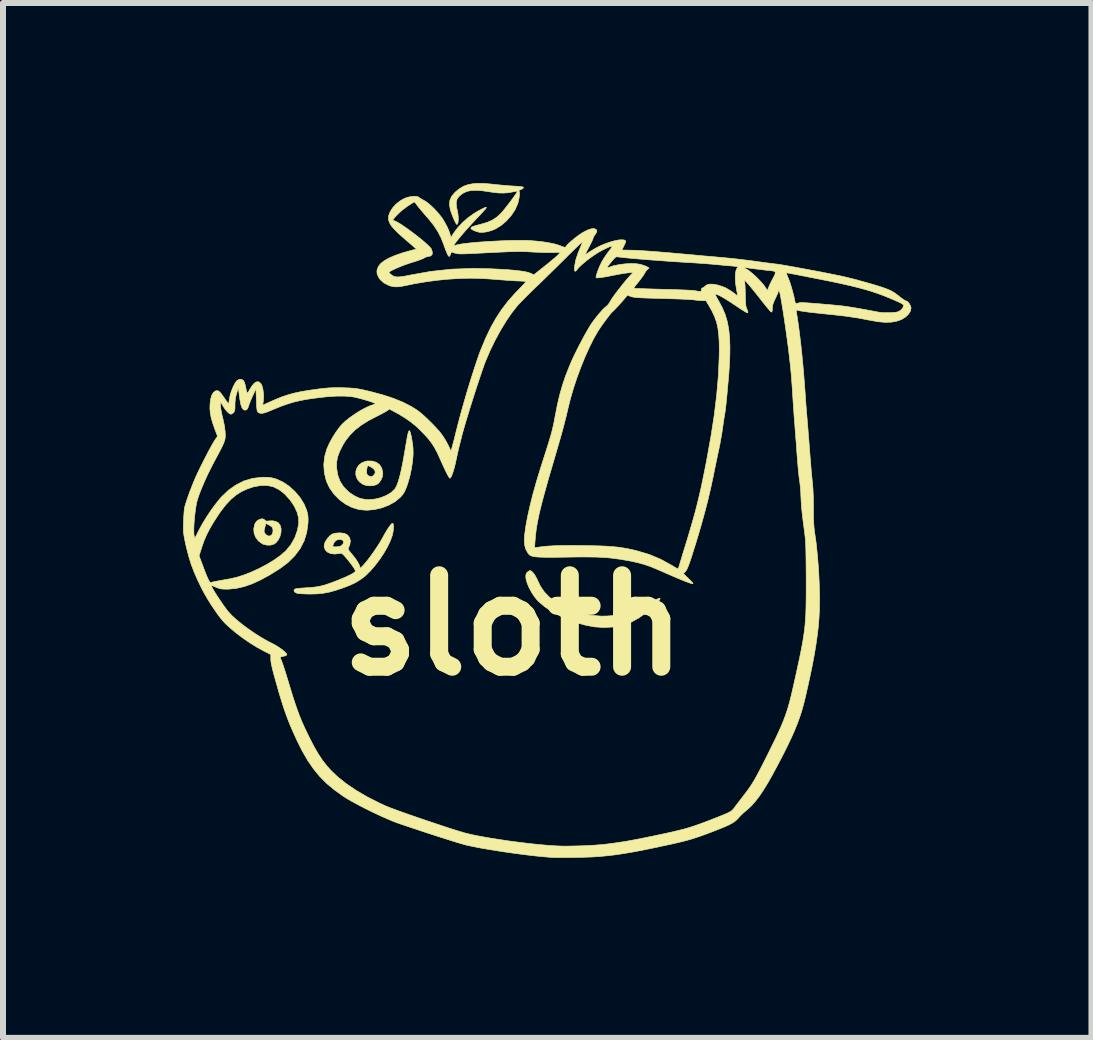
<source format=kicad_pcb>
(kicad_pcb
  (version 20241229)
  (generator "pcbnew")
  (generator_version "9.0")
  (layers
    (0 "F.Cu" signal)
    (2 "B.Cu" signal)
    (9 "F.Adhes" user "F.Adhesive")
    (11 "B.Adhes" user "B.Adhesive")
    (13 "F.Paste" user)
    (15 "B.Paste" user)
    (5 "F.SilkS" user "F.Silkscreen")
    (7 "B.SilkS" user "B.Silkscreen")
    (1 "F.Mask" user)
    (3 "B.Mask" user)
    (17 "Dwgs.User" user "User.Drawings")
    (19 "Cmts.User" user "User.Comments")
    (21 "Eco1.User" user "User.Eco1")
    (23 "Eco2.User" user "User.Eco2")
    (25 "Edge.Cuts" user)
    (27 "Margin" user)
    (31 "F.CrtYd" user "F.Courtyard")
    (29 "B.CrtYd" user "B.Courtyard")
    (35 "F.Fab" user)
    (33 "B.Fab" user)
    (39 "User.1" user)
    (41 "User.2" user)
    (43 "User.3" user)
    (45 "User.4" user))
  (footprint "sloth"
    (layer "F.Cu")
    (at 5.501 7.37)
    (property "Reference" "sloth" (at 0 0 0) (layer "F.SilkS") (effects (font (size 1.524 1.524) (thickness 0.3))))
    (attr through_hole)
    (fp_poly (pts (xy -2.349 -2.738) (xy -2.281 -2.717) (xy -2.227 -2.678) (xy -2.191 -2.621) (xy -2.174 -2.548) (xy -2.173 -2.527) (xy -2.181 -2.472) (xy -2.206 -2.417) (xy -2.242 -2.37) (xy -2.273 -2.347) (xy -2.329 -2.329) (xy -2.396 -2.325) (xy -2.461 -2.334) (xy -2.504 -2.35) (xy -2.564 -2.393) (xy -2.602 -2.446) (xy -2.622 -2.505) (xy -2.622 -2.565) (xy -2.621 -2.569) (xy -2.444 -2.569) (xy -2.439 -2.523) (xy -2.417 -2.495) (xy -2.413 -2.493) (xy -2.377 -2.479) (xy -2.35 -2.482) (xy -2.324 -2.502) (xy -2.3 -2.538) (xy -2.302 -2.575) (xy -2.328 -2.61) (xy -2.379 -2.644) (xy -2.384 -2.647) (xy -2.412 -2.659) (xy -2.425 -2.658) (xy -2.432 -2.641) (xy -2.434 -2.633) (xy -2.444 -2.569) (xy -2.621 -2.569) (xy -2.604 -2.622) (xy -2.57 -2.672) (xy -2.519 -2.711) (xy -2.452 -2.735) (xy -2.431 -2.739) (xy -2.349 -2.738)) (stroke (width 0.01) (type solid)) (fill yes) (layer "F.SilkS"))
    (fp_poly (pts (xy -4.161 -1.772) (xy -4.139 -1.755) (xy -4.124 -1.74) (xy -4.101 -1.737) (xy -4.074 -1.74) (xy -4.013 -1.743) (xy -3.957 -1.732) (xy -3.913 -1.709) (xy -3.911 -1.707) (xy -3.881 -1.664) (xy -3.867 -1.609) (xy -3.869 -1.547) (xy -3.885 -1.484) (xy -3.913 -1.425) (xy -3.952 -1.378) (xy -3.988 -1.353) (xy -4.042 -1.337) (xy -4.104 -1.337) (xy -4.164 -1.352) (xy -4.18 -1.359) (xy -4.244 -1.406) (xy -4.29 -1.466) (xy -4.317 -1.535) (xy -4.32 -1.568) (xy -4.151 -1.568) (xy -4.146 -1.548) (xy -4.133 -1.527) (xy -4.127 -1.519) (xy -4.094 -1.493) (xy -4.059 -1.488) (xy -4.027 -1.505) (xy -4.02 -1.514) (xy -4.004 -1.553) (xy -4.002 -1.595) (xy -4.014 -1.631) (xy -4.023 -1.641) (xy -4.05 -1.661) (xy -4.083 -1.68) (xy -4.121 -1.699) (xy -4.136 -1.64) (xy -4.147 -1.596) (xy -4.151 -1.568) (xy -4.32 -1.568) (xy -4.323 -1.609) (xy -4.307 -1.682) (xy -4.297 -1.705) (xy -4.27 -1.739) (xy -4.234 -1.763) (xy -4.196 -1.775) (xy -4.161 -1.772)) (stroke (width 0.01) (type solid)) (fill yes) (layer "F.SilkS"))
    (fp_poly (pts (xy 0.304 -0.904) (xy 0.333 -0.875) (xy 0.363 -0.834) (xy 0.39 -0.785) (xy 0.401 -0.762) (xy 0.453 -0.653) (xy 0.518 -0.558) (xy 0.597 -0.475) (xy 0.696 -0.397) (xy 0.772 -0.349) (xy 0.931 -0.267) (xy 1.102 -0.207) (xy 1.282 -0.169) (xy 1.467 -0.154) (xy 1.567 -0.156) (xy 1.626 -0.16) (xy 1.681 -0.166) (xy 1.736 -0.176) (xy 1.794 -0.191) (xy 1.858 -0.211) (xy 1.931 -0.238) (xy 2.017 -0.273) (xy 2.119 -0.316) (xy 2.239 -0.369) (xy 2.271 -0.384) (xy 2.331 -0.41) (xy 2.383 -0.431) (xy 2.422 -0.446) (xy 2.444 -0.453) (xy 2.447 -0.452) (xy 2.446 -0.437) (xy 2.427 -0.409) (xy 2.393 -0.372) (xy 2.347 -0.327) (xy 2.293 -0.279) (xy 2.233 -0.228) (xy 2.169 -0.178) (xy 2.105 -0.132) (xy 2.098 -0.127) (xy 1.971 -0.056) (xy 1.83 -0.005) (xy 1.679 0.026) (xy 1.518 0.036) (xy 1.353 0.025) (xy 1.209 -0.002) (xy 1.062 -0.042) (xy 0.915 -0.096) (xy 0.774 -0.16) (xy 0.643 -0.232) (xy 0.527 -0.309) (xy 0.43 -0.391) (xy 0.4 -0.421) (xy 0.351 -0.482) (xy 0.305 -0.553) (xy 0.265 -0.627) (xy 0.234 -0.7) (xy 0.215 -0.765) (xy 0.21 -0.801) (xy 0.212 -0.844) (xy 0.221 -0.87) (xy 0.24 -0.89) (xy 0.264 -0.907) (xy 0.281 -0.914) (xy 0.304 -0.904)) (stroke (width 0.01) (type solid)) (fill yes) (layer "F.SilkS"))
    (fp_poly (pts (xy -0.465 -7.362) (xy -0.332 -7.35) (xy -0.309 -7.347) (xy -0.23 -7.339) (xy -0.144 -7.331) (xy -0.062 -7.324) (xy -0.016 -7.321) (xy 0.06 -7.317) (xy 0.113 -7.312) (xy 0.148 -7.308) (xy 0.166 -7.302) (xy 0.171 -7.294) (xy 0.166 -7.285) (xy 0.166 -7.284) (xy 0.143 -7.268) (xy 0.12 -7.259) (xy 0.098 -7.25) (xy 0.098 -7.234) (xy 0.1 -7.229) (xy 0.105 -7.202) (xy 0.103 -7.158) (xy 0.095 -7.105) (xy 0.082 -7.049) (xy 0.075 -7.025) (xy 0.031 -6.925) (xy -0.033 -6.829) (xy -0.112 -6.74) (xy -0.202 -6.663) (xy -0.298 -6.605) (xy -0.36 -6.579) (xy -0.436 -6.558) (xy -0.506 -6.548) (xy -0.559 -6.549) (xy -0.602 -6.559) (xy -0.646 -6.575) (xy -0.681 -6.592) (xy -0.702 -6.608) (xy -0.703 -6.611) (xy -0.704 -6.623) (xy -0.695 -6.635) (xy -0.673 -6.646) (xy -0.633 -6.659) (xy -0.574 -6.675) (xy -0.534 -6.685) (xy -0.431 -6.716) (xy -0.345 -6.754) (xy -0.271 -6.803) (xy -0.205 -6.864) (xy -0.181 -6.891) (xy -0.148 -6.931) (xy -0.11 -6.979) (xy -0.069 -7.032) (xy -0.029 -7.085) (xy 0.008 -7.136) (xy 0.039 -7.18) (xy 0.061 -7.213) (xy 0.072 -7.232) (xy 0.072 -7.235) (xy 0.059 -7.234) (xy 0.027 -7.229) (xy -0.016 -7.221) (xy -0.02 -7.22) (xy -0.093 -7.208) (xy -0.166 -7.203) (xy -0.245 -7.205) (xy -0.337 -7.215) (xy -0.413 -7.227) (xy -0.526 -7.243) (xy -0.619 -7.249) (xy -0.696 -7.246) (xy -0.762 -7.233) (xy -0.819 -7.21) (xy -0.856 -7.187) (xy -0.908 -7.143) (xy -0.939 -7.094) (xy -0.95 -7.035) (xy -0.943 -6.962) (xy -0.933 -6.921) (xy -0.922 -6.866) (xy -0.916 -6.809) (xy -0.915 -6.757) (xy -0.919 -6.714) (xy -0.929 -6.687) (xy -0.939 -6.68) (xy -0.95 -6.691) (xy -0.966 -6.721) (xy -0.986 -6.763) (xy -1.007 -6.813) (xy -1.027 -6.864) (xy -1.043 -6.912) (xy -1.049 -6.932) (xy -1.062 -7.013) (xy -1.055 -7.083) (xy -1.026 -7.148) (xy -0.974 -7.21) (xy -0.953 -7.229) (xy -0.891 -7.279) (xy -0.826 -7.317) (xy -0.754 -7.343) (xy -0.672 -7.359) (xy -0.577 -7.365) (xy -0.465 -7.362)) (stroke (width 0.01) (type solid)) (fill yes) (layer "F.SilkS"))
    (fp_poly (pts (xy -1.999 -1.69) (xy -1.994 -1.66) (xy -1.995 -1.615) (xy -2.001 -1.562) (xy -2.013 -1.506) (xy -2.013 -1.504) (xy -2.045 -1.413) (xy -2.093 -1.312) (xy -2.154 -1.205) (xy -2.225 -1.098) (xy -2.303 -0.996) (xy -2.383 -0.904) (xy -2.462 -0.827) (xy -2.507 -0.791) (xy -2.571 -0.747) (xy -2.635 -0.709) (xy -2.706 -0.675) (xy -2.792 -0.641) (xy -2.831 -0.626) (xy -2.953 -0.585) (xy -3.06 -0.555) (xy -3.16 -0.536) (xy -3.261 -0.525) (xy -3.369 -0.522) (xy -3.385 -0.522) (xy -3.453 -0.523) (xy -3.515 -0.526) (xy -3.565 -0.529) (xy -3.598 -0.533) (xy -3.602 -0.535) (xy -3.636 -0.551) (xy -3.652 -0.573) (xy -3.648 -0.596) (xy -3.639 -0.604) (xy -3.62 -0.61) (xy -3.58 -0.616) (xy -3.526 -0.621) (xy -3.463 -0.625) (xy -3.451 -0.626) (xy -3.362 -0.632) (xy -3.282 -0.641) (xy -3.207 -0.655) (xy -3.129 -0.676) (xy -3.043 -0.705) (xy -2.942 -0.744) (xy -2.917 -0.753) (xy -2.812 -0.797) (xy -2.73 -0.835) (xy -2.672 -0.865) (xy -2.639 -0.89) (xy -2.629 -0.905) (xy -2.637 -0.929) (xy -2.662 -0.968) (xy -2.7 -1.022) (xy -2.751 -1.086) (xy -2.775 -1.115) (xy -2.811 -1.157) (xy -2.836 -1.183) (xy -2.854 -1.197) (xy -2.872 -1.2) (xy -2.892 -1.197) (xy -2.896 -1.197) (xy -2.974 -1.188) (xy -3.041 -1.196) (xy -3.094 -1.22) (xy -3.131 -1.256) (xy -3.149 -1.305) (xy -3.15 -1.32) (xy -3.006 -1.32) (xy -2.999 -1.311) (xy -2.975 -1.308) (xy -2.949 -1.308) (xy -2.892 -1.315) (xy -2.86 -1.33) (xy -2.831 -1.365) (xy -2.826 -1.396) (xy -2.842 -1.42) (xy -2.879 -1.431) (xy -2.909 -1.432) (xy -2.952 -1.416) (xy -2.985 -1.379) (xy -3.003 -1.337) (xy -3.006 -1.32) (xy -3.15 -1.32) (xy -3.15 -1.321) (xy -3.145 -1.358) (xy -3.131 -1.394) (xy -3.102 -1.437) (xy -3.083 -1.463) (xy -3.048 -1.499) (xy -3.012 -1.523) (xy -2.965 -1.536) (xy -2.903 -1.541) (xy -2.876 -1.541) (xy -2.809 -1.532) (xy -2.758 -1.504) (xy -2.726 -1.462) (xy -2.713 -1.409) (xy -2.722 -1.346) (xy -2.739 -1.304) (xy -2.748 -1.285) (xy -2.748 -1.269) (xy -2.738 -1.249) (xy -2.715 -1.22) (xy -2.695 -1.196) (xy -2.637 -1.125) (xy -2.593 -1.06) (xy -2.565 -1.006) (xy -2.558 -0.984) (xy -2.55 -0.951) (xy -2.512 -0.987) (xy -2.475 -1.027) (xy -2.428 -1.084) (xy -2.376 -1.152) (xy -2.322 -1.228) (xy -2.27 -1.305) (xy -2.223 -1.378) (xy -2.186 -1.441) (xy -2.136 -1.532) (xy -2.092 -1.605) (xy -2.055 -1.658) (xy -2.028 -1.691) (xy -2.01 -1.702) (xy -1.999 -1.69)) (stroke (width 0.01) (type solid)) (fill yes) (layer "F.SilkS"))
    (fp_poly (pts (xy -1.612 -7.148) (xy -1.579 -7.138) (xy -1.573 -7.134) (xy -1.552 -7.118) (xy -1.516 -7.096) (xy -1.486 -7.081) (xy -1.436 -7.048) (xy -1.376 -6.999) (xy -1.314 -6.94) (xy -1.253 -6.874) (xy -1.2 -6.808) (xy -1.182 -6.784) (xy -1.14 -6.715) (xy -1.101 -6.642) (xy -1.07 -6.572) (xy -1.05 -6.513) (xy -1.048 -6.504) (xy -1.039 -6.462) (xy -0.987 -6.543) (xy -0.924 -6.626) (xy -0.844 -6.711) (xy -0.754 -6.791) (xy -0.66 -6.858) (xy -0.647 -6.867) (xy -0.581 -6.906) (xy -0.525 -6.936) (xy -0.482 -6.957) (xy -0.454 -6.966) (xy -0.445 -6.962) (xy -0.453 -6.95) (xy -0.476 -6.923) (xy -0.512 -6.883) (xy -0.557 -6.834) (xy -0.61 -6.778) (xy -0.619 -6.768) (xy -0.681 -6.702) (xy -0.743 -6.634) (xy -0.803 -6.567) (xy -0.858 -6.503) (xy -0.906 -6.446) (xy -0.945 -6.397) (xy -0.973 -6.359) (xy -0.987 -6.336) (xy -0.988 -6.33) (xy -0.973 -6.33) (xy -0.947 -6.337) (xy -0.908 -6.347) (xy -0.847 -6.357) (xy -0.768 -6.367) (xy -0.673 -6.377) (xy -0.567 -6.386) (xy -0.453 -6.394) (xy -0.333 -6.401) (xy -0.212 -6.407) (xy -0.094 -6.412) (xy 0.02 -6.414) (xy 0.125 -6.415) (xy 0.217 -6.414) (xy 0.273 -6.412) (xy 0.385 -6.403) (xy 0.494 -6.391) (xy 0.595 -6.375) (xy 0.683 -6.357) (xy 0.753 -6.337) (xy 0.781 -6.326) (xy 0.829 -6.307) (xy 0.86 -6.3) (xy 0.877 -6.307) (xy 0.885 -6.319) (xy 0.899 -6.339) (xy 0.931 -6.37) (xy 0.973 -6.407) (xy 1.023 -6.448) (xy 1.074 -6.488) (xy 1.123 -6.522) (xy 1.164 -6.549) (xy 1.165 -6.549) (xy 1.239 -6.587) (xy 1.298 -6.607) (xy 1.343 -6.612) (xy 1.367 -6.605) (xy 1.392 -6.586) (xy 1.393 -6.558) (xy 1.372 -6.522) (xy 1.365 -6.513) (xy 1.345 -6.483) (xy 1.334 -6.459) (xy 1.333 -6.456) (xy 1.328 -6.437) (xy 1.312 -6.402) (xy 1.289 -6.355) (xy 1.262 -6.302) (xy 1.235 -6.251) (xy 1.215 -6.211) (xy 1.203 -6.184) (xy 1.201 -6.175) (xy 1.201 -6.175) (xy 1.217 -6.186) (xy 1.247 -6.206) (xy 1.287 -6.233) (xy 1.297 -6.239) (xy 1.37 -6.283) (xy 1.45 -6.324) (xy 1.534 -6.359) (xy 1.618 -6.388) (xy 1.696 -6.41) (xy 1.766 -6.423) (xy 1.823 -6.425) (xy 1.862 -6.417) (xy 1.866 -6.414) (xy 1.874 -6.404) (xy 1.873 -6.387) (xy 1.861 -6.356) (xy 1.847 -6.328) (xy 1.81 -6.254) (xy 1.975 -6.251) (xy 2.036 -6.249) (xy 2.113 -6.245) (xy 2.209 -6.239) (xy 2.324 -6.231) (xy 2.459 -6.22) (xy 2.616 -6.207) (xy 2.795 -6.191) (xy 2.998 -6.173) (xy 3.08 -6.165) (xy 3.168 -6.157) (xy 3.27 -6.148) (xy 3.376 -6.139) (xy 3.475 -6.13) (xy 3.505 -6.127) (xy 3.592 -6.119) (xy 3.695 -6.108) (xy 3.805 -6.096) (xy 3.913 -6.082) (xy 3.994 -6.072) (xy 4.084 -6.059) (xy 4.174 -6.047) (xy 4.259 -6.036) (xy 4.331 -6.027) (xy 4.385 -6.02) (xy 4.388 -6.02) (xy 4.433 -6.014) (xy 4.5 -6.003) (xy 4.585 -5.988) (xy 4.684 -5.971) (xy 4.795 -5.95) (xy 4.914 -5.928) (xy 5.038 -5.905) (xy 5.163 -5.881) (xy 5.285 -5.857) (xy 5.402 -5.833) (xy 5.461 -5.821) (xy 5.533 -5.805) (xy 5.618 -5.784) (xy 5.714 -5.76) (xy 5.813 -5.732) (xy 5.913 -5.704) (xy 6.008 -5.677) (xy 6.093 -5.651) (xy 6.164 -5.628) (xy 6.216 -5.609) (xy 6.221 -5.607) (xy 6.274 -5.585) (xy 6.316 -5.564) (xy 6.355 -5.54) (xy 6.399 -5.508) (xy 6.449 -5.468) (xy 6.49 -5.438) (xy 6.524 -5.416) (xy 6.547 -5.405) (xy 6.55 -5.404) (xy 6.572 -5.393) (xy 6.596 -5.366) (xy 6.616 -5.332) (xy 6.628 -5.298) (xy 6.629 -5.287) (xy 6.618 -5.235) (xy 6.585 -5.183) (xy 6.535 -5.136) (xy 6.471 -5.097) (xy 6.464 -5.094) (xy 6.385 -5.067) (xy 6.298 -5.052) (xy 6.199 -5.049) (xy 6.085 -5.059) (xy 5.954 -5.082) (xy 5.931 -5.086) (xy 5.747 -5.121) (xy 5.548 -5.151) (xy 5.329 -5.176) (xy 5.271 -5.182) (xy 5.14 -5.195) (xy 5.024 -5.208) (xy 4.924 -5.219) (xy 4.842 -5.231) (xy 4.781 -5.24) (xy 4.743 -5.249) (xy 4.734 -5.252) (xy 4.719 -5.254) (xy 4.716 -5.241) (xy 4.718 -5.224) (xy 4.736 -5.115) (xy 4.755 -4.985) (xy 4.774 -4.837) (xy 4.793 -4.677) (xy 4.811 -4.507) (xy 4.828 -4.333) (xy 4.843 -4.158) (xy 4.856 -3.986) (xy 4.864 -3.88) (xy 4.87 -3.785) (xy 4.878 -3.677) (xy 4.887 -3.567) (xy 4.895 -3.468) (xy 4.897 -3.448) (xy 4.903 -3.372) (xy 4.911 -3.277) (xy 4.919 -3.17) (xy 4.928 -3.06) (xy 4.936 -2.951) (xy 4.94 -2.902) (xy 4.948 -2.8) (xy 4.957 -2.695) (xy 4.965 -2.592) (xy 4.974 -2.499) (xy 4.981 -2.422) (xy 4.985 -2.388) (xy 4.995 -2.271) (xy 5.001 -2.136) (xy 5.003 -1.993) (xy 5.003 -1.949) (xy 5.003 -1.826) (xy 5.006 -1.723) (xy 5.012 -1.638) (xy 5.02 -1.568) (xy 5.048 -1.371) (xy 5.07 -1.156) (xy 5.088 -0.932) (xy 5.099 -0.705) (xy 5.105 -0.483) (xy 5.105 -0.413) (xy 5.103 -0.273) (xy 5.096 -0.132) (xy 5.085 0.013) (xy 5.067 0.165) (xy 5.044 0.326) (xy 5.015 0.5) (xy 4.979 0.689) (xy 4.936 0.895) (xy 4.885 1.122) (xy 4.869 1.193) (xy 4.84 1.31) (xy 4.809 1.422) (xy 4.773 1.532) (xy 4.732 1.644) (xy 4.685 1.76) (xy 4.629 1.885) (xy 4.564 2.021) (xy 4.488 2.172) (xy 4.408 2.325) (xy 4.322 2.486) (xy 4.243 2.625) (xy 4.17 2.744) (xy 4.101 2.846) (xy 4.036 2.931) (xy 3.973 3.002) (xy 3.911 3.061) (xy 3.883 3.085) (xy 3.838 3.123) (xy 3.794 3.164) (xy 3.761 3.2) (xy 3.761 3.2) (xy 3.73 3.235) (xy 3.693 3.266) (xy 3.648 3.296) (xy 3.591 3.326) (xy 3.517 3.359) (xy 3.423 3.397) (xy 3.404 3.405) (xy 3.298 3.446) (xy 3.205 3.481) (xy 3.122 3.511) (xy 3.045 3.537) (xy 2.97 3.561) (xy 2.892 3.583) (xy 2.808 3.605) (xy 2.713 3.627) (xy 2.604 3.652) (xy 2.475 3.679) (xy 2.399 3.696) (xy 2.205 3.736) (xy 2.031 3.77) (xy 1.872 3.797) (xy 1.726 3.82) (xy 1.587 3.837) (xy 1.45 3.85) (xy 1.313 3.859) (xy 1.171 3.864) (xy 1.048 3.866) (xy 0.954 3.867) (xy 0.864 3.868) (xy 0.783 3.868) (xy 0.716 3.868) (xy 0.665 3.867) (xy 0.641 3.866) (xy 0.525 3.857) (xy 0.39 3.844) (xy 0.241 3.827) (xy 0.084 3.807) (xy -0.076 3.785) (xy -0.236 3.761) (xy -0.39 3.736) (xy -0.533 3.712) (xy -0.661 3.687) (xy -0.769 3.664) (xy -0.775 3.663) (xy -0.819 3.651) (xy -0.885 3.632) (xy -0.969 3.607) (xy -1.067 3.576) (xy -1.178 3.541) (xy -1.298 3.502) (xy -1.423 3.462) (xy -1.552 3.419) (xy -1.681 3.376) (xy -1.807 3.334) (xy -1.927 3.293) (xy -1.93 3.292) (xy -2.011 3.261) (xy -2.107 3.22) (xy -2.215 3.172) (xy -2.33 3.118) (xy -2.446 3.061) (xy -2.559 3.003) (xy -2.663 2.947) (xy -2.755 2.895) (xy -2.827 2.85) (xy -2.832 2.847) (xy -2.977 2.743) (xy -3.107 2.635) (xy -3.223 2.518) (xy -3.329 2.389) (xy -3.427 2.246) (xy -3.52 2.084) (xy -3.611 1.901) (xy -3.626 1.867) (xy -3.677 1.754) (xy -3.721 1.652) (xy -3.759 1.555) (xy -3.795 1.458) (xy -3.83 1.356) (xy -3.865 1.244) (xy -3.904 1.116) (xy -3.931 1.019) (xy -3.964 0.903) (xy -3.99 0.809) (xy -4.01 0.733) (xy -4.024 0.672) (xy -4.033 0.626) (xy -4.038 0.589) (xy -4.039 0.566) (xy -4.039 0.486) (xy -4.162 0.424) (xy -4.273 0.363) (xy -4.387 0.292) (xy -4.501 0.214) (xy -4.61 0.132) (xy -4.709 0.05) (xy -4.794 -0.028) (xy -4.854 -0.094) (xy -4.909 -0.163) (xy -4.969 -0.249) (xy -5.033 -0.344) (xy -5.094 -0.442) (xy -5.148 -0.535) (xy -5.188 -0.61) (xy -5.26 -0.759) (xy -5.319 -0.895) (xy -5.368 -1.025) (xy -5.409 -1.157) (xy -5.409 -1.159) (xy -5.234 -1.159) (xy -5.168 -0.983) (xy -5.133 -0.89) (xy -5.105 -0.82) (xy -5.082 -0.769) (xy -5.064 -0.736) (xy -5.05 -0.719) (xy -5.039 -0.715) (xy -5.037 -0.715) (xy -5.018 -0.72) (xy -4.981 -0.728) (xy -4.933 -0.738) (xy -4.921 -0.74) (xy -4.855 -0.752) (xy -4.783 -0.765) (xy -4.724 -0.775) (xy -4.611 -0.8) (xy -4.486 -0.84) (xy -4.355 -0.892) (xy -4.223 -0.953) (xy -4.095 -1.021) (xy -3.977 -1.093) (xy -3.874 -1.167) (xy -3.791 -1.24) (xy -3.789 -1.241) (xy -3.706 -1.342) (xy -3.64 -1.458) (xy -3.595 -1.584) (xy -3.573 -1.703) (xy -3.576 -1.792) (xy -3.601 -1.886) (xy -3.646 -1.983) (xy -3.71 -2.08) (xy -3.792 -2.172) (xy -3.814 -2.194) (xy -3.903 -2.263) (xy -3.997 -2.309) (xy -4.1 -2.331) (xy -4.211 -2.33) (xy -4.331 -2.307) (xy -4.427 -2.275) (xy -4.527 -2.229) (xy -4.619 -2.171) (xy -4.705 -2.098) (xy -4.79 -2.007) (xy -4.875 -1.897) (xy -4.921 -1.829) (xy -4.998 -1.71) (xy -5.059 -1.605) (xy -5.109 -1.506) (xy -5.151 -1.41) (xy -5.186 -1.31) (xy -5.187 -1.306) (xy -5.234 -1.159) (xy -5.409 -1.159) (xy -5.445 -1.298) (xy -5.463 -1.378) (xy -5.478 -1.452) (xy -5.488 -1.51) (xy -5.494 -1.56) (xy -5.494 -1.568) (xy -5.322 -1.568) (xy -5.32 -1.521) (xy -5.318 -1.506) (xy -5.305 -1.449) (xy -5.23 -1.598) (xy -5.175 -1.699) (xy -5.108 -1.808) (xy -5.034 -1.919) (xy -4.957 -2.023) (xy -4.884 -2.114) (xy -4.862 -2.139) (xy -4.745 -2.251) (xy -4.619 -2.34) (xy -4.485 -2.407) (xy -4.343 -2.449) (xy -4.196 -2.467) (xy -4.159 -2.468) (xy -4.09 -2.467) (xy -4.036 -2.461) (xy -3.987 -2.45) (xy -3.941 -2.436) (xy -3.833 -2.386) (xy -3.73 -2.315) (xy -3.634 -2.228) (xy -3.551 -2.129) (xy -3.485 -2.023) (xy -3.44 -1.914) (xy -3.44 -1.913) (xy -3.427 -1.865) (xy -3.42 -1.821) (xy -3.417 -1.772) (xy -3.419 -1.707) (xy -3.42 -1.697) (xy -3.44 -1.549) (xy -3.483 -1.41) (xy -3.55 -1.279) (xy -3.641 -1.158) (xy -3.754 -1.046) (xy -3.883 -0.949) (xy -4.051 -0.844) (xy -4.206 -0.759) (xy -4.349 -0.693) (xy -4.484 -0.646) (xy -4.611 -0.617) (xy -4.733 -0.604) (xy -4.763 -0.603) (xy -4.824 -0.604) (xy -4.868 -0.608) (xy -4.905 -0.617) (xy -4.942 -0.631) (xy -4.956 -0.637) (xy -4.994 -0.654) (xy -5.02 -0.662) (xy -5.029 -0.662) (xy -5.022 -0.642) (xy -5.003 -0.605) (xy -4.973 -0.555) (xy -4.937 -0.497) (xy -4.895 -0.434) (xy -4.852 -0.37) (xy -4.809 -0.309) (xy -4.769 -0.255) (xy -4.744 -0.224) (xy -4.686 -0.162) (xy -4.609 -0.092) (xy -4.518 -0.018) (xy -4.417 0.057) (xy -4.311 0.13) (xy -4.204 0.198) (xy -4.1 0.258) (xy -4.03 0.294) (xy -3.966 0.327) (xy -3.905 0.365) (xy -3.851 0.403) (xy -3.808 0.439) (xy -3.781 0.469) (xy -3.772 0.489) (xy -3.784 0.502) (xy -3.817 0.513) (xy -3.83 0.515) (xy -3.865 0.522) (xy -3.88 0.531) (xy -3.879 0.544) (xy -3.855 0.603) (xy -3.828 0.68) (xy -3.797 0.775) (xy -3.761 0.892) (xy -3.727 1.005) (xy -3.682 1.153) (xy -3.641 1.281) (xy -3.602 1.395) (xy -3.563 1.5) (xy -3.522 1.601) (xy -3.476 1.704) (xy -3.424 1.812) (xy -3.386 1.889) (xy -3.315 2.026) (xy -3.246 2.144) (xy -3.179 2.246) (xy -3.108 2.337) (xy -3.031 2.423) (xy -2.944 2.506) (xy -2.912 2.534) (xy -2.775 2.643) (xy -2.613 2.752) (xy -2.43 2.859) (xy -2.226 2.962) (xy -2.131 3.006) (xy -2.087 3.024) (xy -2.023 3.049) (xy -1.941 3.079) (xy -1.845 3.114) (xy -1.738 3.152) (xy -1.622 3.192) (xy -1.502 3.233) (xy -1.381 3.274) (xy -1.261 3.314) (xy -1.147 3.352) (xy -1.041 3.387) (xy -0.946 3.417) (xy -0.866 3.441) (xy -0.805 3.459) (xy -0.781 3.465) (xy -0.671 3.491) (xy -0.539 3.517) (xy -0.392 3.543) (xy -0.232 3.568) (xy -0.066 3.593) (xy 0.103 3.615) (xy 0.269 3.635) (xy 0.43 3.652) (xy 0.579 3.665) (xy 0.712 3.674) (xy 0.737 3.675) (xy 0.816 3.678) (xy 0.915 3.678) (xy 1.025 3.676) (xy 1.141 3.673) (xy 1.255 3.668) (xy 1.361 3.662) (xy 1.453 3.655) (xy 1.498 3.651) (xy 1.607 3.638) (xy 1.712 3.624) (xy 1.817 3.608) (xy 1.927 3.59) (xy 2.045 3.568) (xy 2.177 3.542) (xy 2.328 3.511) (xy 2.384 3.499) (xy 2.522 3.47) (xy 2.64 3.444) (xy 2.741 3.42) (xy 2.83 3.398) (xy 2.911 3.375) (xy 2.989 3.351) (xy 3.068 3.324) (xy 3.152 3.294) (xy 3.245 3.259) (xy 3.265 3.251) (xy 3.37 3.21) (xy 3.454 3.177) (xy 3.52 3.15) (xy 3.57 3.128) (xy 3.607 3.109) (xy 3.634 3.093) (xy 3.653 3.077) (xy 3.667 3.061) (xy 3.671 3.057) (xy 3.689 3.032) (xy 3.719 2.993) (xy 3.757 2.943) (xy 3.801 2.886) (xy 3.823 2.857) (xy 3.87 2.796) (xy 3.911 2.741) (xy 3.948 2.689) (xy 3.982 2.636) (xy 4.017 2.579) (xy 4.053 2.515) (xy 4.093 2.44) (xy 4.139 2.351) (xy 4.193 2.245) (xy 4.232 2.168) (xy 4.303 2.023) (xy 4.365 1.898) (xy 4.417 1.787) (xy 4.462 1.687) (xy 4.5 1.595) (xy 4.534 1.506) (xy 4.564 1.418) (xy 4.592 1.325) (xy 4.619 1.224) (xy 4.646 1.112) (xy 4.675 0.984) (xy 4.704 0.856) (xy 4.74 0.689) (xy 4.772 0.543) (xy 4.798 0.414) (xy 4.82 0.299) (xy 4.837 0.194) (xy 4.852 0.095) (xy 4.862 -0.001) (xy 4.87 -0.099) (xy 4.876 -0.202) (xy 4.879 -0.313) (xy 4.881 -0.437) (xy 4.882 -0.577) (xy 4.882 -0.736) (xy 4.882 -0.749) (xy 4.881 -0.902) (xy 4.88 -1.042) (xy 4.878 -1.166) (xy 4.876 -1.272) (xy 4.873 -1.359) (xy 4.869 -1.424) (xy 4.866 -1.46) (xy 4.859 -1.517) (xy 4.85 -1.59) (xy 4.839 -1.673) (xy 4.828 -1.757) (xy 4.824 -1.791) (xy 4.814 -1.876) (xy 4.805 -1.965) (xy 4.799 -2.051) (xy 4.795 -2.125) (xy 4.794 -2.146) (xy 4.791 -2.222) (xy 4.785 -2.304) (xy 4.776 -2.38) (xy 4.771 -2.416) (xy 4.764 -2.466) (xy 4.756 -2.536) (xy 4.748 -2.62) (xy 4.74 -2.71) (xy 4.733 -2.802) (xy 4.731 -2.822) (xy 4.724 -2.923) (xy 4.716 -3.034) (xy 4.707 -3.146) (xy 4.699 -3.249) (xy 4.693 -3.334) (xy 4.686 -3.419) (xy 4.678 -3.52) (xy 4.671 -3.631) (xy 4.663 -3.743) (xy 4.656 -3.848) (xy 4.655 -3.861) (xy 4.649 -3.962) (xy 4.643 -4.045) (xy 4.638 -4.115) (xy 4.633 -4.178) (xy 4.627 -4.239) (xy 4.621 -4.303) (xy 4.613 -4.376) (xy 4.603 -4.462) (xy 4.591 -4.569) (xy 4.59 -4.576) (xy 4.58 -4.654) (xy 4.568 -4.745) (xy 4.554 -4.847) (xy 4.539 -4.954) (xy 4.523 -5.063) (xy 4.507 -5.17) (xy 4.491 -5.271) (xy 4.476 -5.362) (xy 4.463 -5.438) (xy 4.452 -5.497) (xy 4.446 -5.529) (xy 4.436 -5.565) (xy 4.427 -5.584) (xy 4.421 -5.584) (xy 4.42 -5.571) (xy 4.414 -5.55) (xy 4.4 -5.514) (xy 4.378 -5.468) (xy 4.369 -5.448) (xy 4.341 -5.388) (xy 4.325 -5.342) (xy 4.318 -5.3) (xy 4.318 -5.283) (xy 4.316 -5.247) (xy 4.311 -5.224) (xy 4.308 -5.22) (xy 4.297 -5.224) (xy 4.28 -5.24) (xy 4.254 -5.269) (xy 4.218 -5.312) (xy 4.17 -5.372) (xy 4.115 -5.442) (xy 4.043 -5.533) (xy 3.982 -5.609) (xy 3.931 -5.67) (xy 3.893 -5.713) (xy 3.867 -5.74) (xy 3.854 -5.747) (xy 3.854 -5.74) (xy 3.858 -5.717) (xy 3.862 -5.673) (xy 3.865 -5.615) (xy 3.867 -5.547) (xy 3.868 -5.512) (xy 3.87 -5.429) (xy 3.873 -5.368) (xy 3.877 -5.324) (xy 3.884 -5.294) (xy 3.891 -5.277) (xy 3.908 -5.237) (xy 3.91 -5.214) (xy 3.899 -5.207) (xy 3.885 -5.214) (xy 3.853 -5.233) (xy 3.808 -5.261) (xy 3.753 -5.297) (xy 3.707 -5.328) (xy 3.611 -5.392) (xy 3.531 -5.442) (xy 3.468 -5.479) (xy 3.417 -5.504) (xy 3.382 -5.517) (xy 3.371 -5.518) (xy 3.369 -5.511) (xy 3.376 -5.491) (xy 3.395 -5.456) (xy 3.423 -5.407) (xy 3.484 -5.293) (xy 3.531 -5.182) (xy 3.566 -5.066) (xy 3.59 -4.943) (xy 3.605 -4.806) (xy 3.611 -4.651) (xy 3.611 -4.61) (xy 3.61 -4.517) (xy 3.606 -4.41) (xy 3.6 -4.299) (xy 3.593 -4.195) (xy 3.59 -4.153) (xy 3.582 -4.065) (xy 3.573 -3.973) (xy 3.566 -3.886) (xy 3.559 -3.811) (xy 3.555 -3.772) (xy 3.548 -3.699) (xy 3.539 -3.622) (xy 3.53 -3.552) (xy 3.524 -3.518) (xy 3.514 -3.458) (xy 3.503 -3.384) (xy 3.492 -3.308) (xy 3.486 -3.264) (xy 3.475 -3.193) (xy 3.46 -3.108) (xy 3.444 -3.019) (xy 3.428 -2.94) (xy 3.413 -2.871) (xy 3.395 -2.785) (xy 3.375 -2.688) (xy 3.354 -2.588) (xy 3.335 -2.492) (xy 3.333 -2.483) (xy 3.289 -2.277) (xy 3.242 -2.077) (xy 3.19 -1.878) (xy 3.132 -1.669) (xy 3.08 -1.492) (xy 3.039 -1.356) (xy 3.003 -1.243) (xy 2.974 -1.149) (xy 2.949 -1.074) (xy 2.928 -1.015) (xy 2.91 -0.969) (xy 2.895 -0.936) (xy 2.881 -0.912) (xy 2.87 -0.898) (xy 2.837 -0.861) (xy 2.917 -0.784) (xy 2.953 -0.748) (xy 2.981 -0.719) (xy 2.996 -0.7) (xy 2.997 -0.697) (xy 2.989 -0.694) (xy 2.963 -0.699) (xy 2.919 -0.714) (xy 2.855 -0.738) (xy 2.772 -0.772) (xy 2.669 -0.816) (xy 2.543 -0.87) (xy 2.4 -0.933) (xy 2.294 -0.977) (xy 2.19 -1.013) (xy 2.082 -1.043) (xy 1.96 -1.07) (xy 1.872 -1.086) (xy 1.784 -1.101) (xy 1.703 -1.112) (xy 1.625 -1.122) (xy 1.548 -1.129) (xy 1.466 -1.134) (xy 1.377 -1.138) (xy 1.276 -1.139) (xy 1.16 -1.14) (xy 1.025 -1.139) (xy 0.908 -1.137) (xy 0.767 -1.135) (xy 0.649 -1.134) (xy 0.552 -1.134) (xy 0.473 -1.136) (xy 0.41 -1.139) (xy 0.362 -1.143) (xy 0.325 -1.15) (xy 0.297 -1.159) (xy 0.276 -1.171) (xy 0.26 -1.186) (xy 0.246 -1.203) (xy 0.244 -1.206) (xy 0.211 -1.266) (xy 0.204 -1.292) (xy 0.356 -1.292) (xy 0.403 -1.3) (xy 0.479 -1.311) (xy 0.567 -1.32) (xy 0.669 -1.326) (xy 0.788 -1.33) (xy 0.926 -1.332) (xy 1.085 -1.331) (xy 1.18 -1.33) (xy 1.326 -1.327) (xy 1.451 -1.324) (xy 1.559 -1.319) (xy 1.654 -1.312) (xy 1.74 -1.304) (xy 1.822 -1.292) (xy 1.903 -1.278) (xy 1.988 -1.26) (xy 2.055 -1.244) (xy 2.263 -1.183) (xy 2.461 -1.1) (xy 2.646 -0.998) (xy 2.666 -0.985) (xy 2.709 -0.959) (xy 2.736 -0.946) (xy 2.75 -0.945) (xy 2.754 -0.951) (xy 2.759 -0.969) (xy 2.77 -1.007) (xy 2.787 -1.062) (xy 2.808 -1.131) (xy 2.832 -1.212) (xy 2.858 -1.295) (xy 2.911 -1.468) (xy 2.956 -1.621) (xy 2.996 -1.759) (xy 3.032 -1.888) (xy 3.064 -2.012) (xy 3.094 -2.136) (xy 3.124 -2.264) (xy 3.153 -2.401) (xy 3.184 -2.552) (xy 3.218 -2.723) (xy 3.225 -2.762) (xy 3.294 -3.143) (xy 3.35 -3.503) (xy 3.391 -3.844) (xy 3.419 -4.164) (xy 3.432 -4.464) (xy 3.434 -4.591) (xy 3.432 -4.732) (xy 3.424 -4.852) (xy 3.41 -4.958) (xy 3.388 -5.053) (xy 3.356 -5.143) (xy 3.315 -5.232) (xy 3.262 -5.326) (xy 3.256 -5.336) (xy 3.211 -5.41) (xy 3.146 -5.411) (xy 3.094 -5.414) (xy 3.035 -5.42) (xy 3.004 -5.424) (xy 2.973 -5.427) (xy 2.921 -5.43) (xy 2.85 -5.434) (xy 2.764 -5.438) (xy 2.667 -5.441) (xy 2.562 -5.444) (xy 2.47 -5.447) (xy 2.346 -5.45) (xy 2.245 -5.453) (xy 2.164 -5.456) (xy 2.101 -5.459) (xy 2.052 -5.463) (xy 2.015 -5.467) (xy 1.988 -5.472) (xy 1.967 -5.477) (xy 1.958 -5.48) (xy 1.903 -5.503) (xy 1.863 -5.453) (xy 1.821 -5.403) (xy 1.776 -5.353) (xy 1.734 -5.306) (xy 1.698 -5.268) (xy 1.673 -5.243) (xy 1.666 -5.237) (xy 1.646 -5.219) (xy 1.616 -5.184) (xy 1.579 -5.136) (xy 1.537 -5.081) (xy 1.495 -5.023) (xy 1.455 -4.966) (xy 1.421 -4.915) (xy 1.408 -4.895) (xy 1.337 -4.77) (xy 1.265 -4.624) (xy 1.193 -4.464) (xy 1.125 -4.295) (xy 1.061 -4.122) (xy 1.004 -3.95) (xy 0.956 -3.785) (xy 0.933 -3.695) (xy 0.906 -3.583) (xy 0.883 -3.485) (xy 0.86 -3.395) (xy 0.838 -3.309) (xy 0.814 -3.222) (xy 0.788 -3.128) (xy 0.758 -3.024) (xy 0.723 -2.903) (xy 0.698 -2.819) (xy 0.641 -2.624) (xy 0.59 -2.45) (xy 0.547 -2.296) (xy 0.509 -2.159) (xy 0.477 -2.039) (xy 0.45 -1.931) (xy 0.428 -1.835) (xy 0.41 -1.747) (xy 0.395 -1.666) (xy 0.383 -1.589) (xy 0.374 -1.515) (xy 0.367 -1.441) (xy 0.363 -1.392) (xy 0.356 -1.292) (xy 0.204 -1.292) (xy 0.192 -1.331) (xy 0.185 -1.407) (xy 0.19 -1.5) (xy 0.19 -1.506) (xy 0.209 -1.646) (xy 0.239 -1.808) (xy 0.279 -1.988) (xy 0.328 -2.184) (xy 0.387 -2.395) (xy 0.455 -2.618) (xy 0.478 -2.689) (xy 0.52 -2.821) (xy 0.555 -2.932) (xy 0.585 -3.025) (xy 0.608 -3.103) (xy 0.628 -3.17) (xy 0.644 -3.228) (xy 0.657 -3.281) (xy 0.669 -3.332) (xy 0.68 -3.384) (xy 0.69 -3.441) (xy 0.698 -3.48) (xy 0.735 -3.672) (xy 0.776 -3.845) (xy 0.822 -4.007) (xy 0.875 -4.163) (xy 0.937 -4.32) (xy 0.974 -4.407) (xy 1.009 -4.483) (xy 1.052 -4.57) (xy 1.098 -4.662) (xy 1.147 -4.754) (xy 1.194 -4.842) (xy 1.239 -4.921) (xy 1.278 -4.987) (xy 1.305 -5.029) (xy 1.351 -5.093) (xy 1.401 -5.156) (xy 1.449 -5.214) (xy 1.493 -5.263) (xy 1.53 -5.298) (xy 1.549 -5.313) (xy 1.574 -5.336) (xy 1.602 -5.372) (xy 1.618 -5.4) (xy 1.638 -5.434) (xy 1.671 -5.482) (xy 1.714 -5.541) (xy 1.764 -5.605) (xy 1.816 -5.672) (xy 1.867 -5.735) (xy 1.914 -5.79) (xy 1.953 -5.834) (xy 2 -5.883) (xy 1.918 -5.874) (xy 1.867 -5.868) (xy 1.803 -5.858) (xy 1.736 -5.846) (xy 1.708 -5.84) (xy 1.605 -5.82) (xy 1.524 -5.805) (xy 1.463 -5.796) (xy 1.421 -5.791) (xy 1.394 -5.79) (xy 1.382 -5.794) (xy 1.38 -5.796) (xy 1.382 -5.817) (xy 1.392 -5.855) (xy 1.409 -5.905) (xy 1.431 -5.96) (xy 1.433 -5.966) (xy 1.567 -5.966) (xy 1.569 -5.959) (xy 1.582 -5.962) (xy 1.583 -5.962) (xy 1.667 -5.99) (xy 1.765 -6.011) (xy 1.867 -6.024) (xy 1.968 -6.029) (xy 2.059 -6.025) (xy 2.121 -6.015) (xy 2.168 -6) (xy 2.21 -5.985) (xy 2.234 -5.973) (xy 2.265 -5.953) (xy 2.239 -5.932) (xy 2.216 -5.908) (xy 2.193 -5.873) (xy 2.187 -5.861) (xy 2.167 -5.828) (xy 2.135 -5.784) (xy 2.098 -5.736) (xy 2.083 -5.717) (xy 2.05 -5.677) (xy 2.025 -5.644) (xy 2.011 -5.623) (xy 2.01 -5.618) (xy 2.024 -5.616) (xy 2.06 -5.614) (xy 2.116 -5.612) (xy 2.189 -5.609) (xy 2.276 -5.606) (xy 2.374 -5.603) (xy 2.481 -5.6) (xy 2.491 -5.6) (xy 2.601 -5.597) (xy 2.706 -5.594) (xy 2.802 -5.59) (xy 2.885 -5.587) (xy 2.953 -5.583) (xy 3.002 -5.579) (xy 3.029 -5.576) (xy 3.082 -5.567) (xy 3.114 -5.564) (xy 3.13 -5.568) (xy 3.135 -5.579) (xy 3.135 -5.591) (xy 3.139 -5.615) (xy 3.156 -5.624) (xy 3.184 -5.638) (xy 3.197 -5.652) (xy 3.228 -5.675) (xy 3.277 -5.686) (xy 3.339 -5.684) (xy 3.411 -5.67) (xy 3.489 -5.645) (xy 3.537 -5.625) (xy 3.583 -5.599) (xy 3.637 -5.566) (xy 3.689 -5.529) (xy 3.731 -5.496) (xy 3.741 -5.487) (xy 3.739 -5.499) (xy 3.734 -5.53) (xy 3.725 -5.575) (xy 3.718 -5.615) (xy 3.705 -5.702) (xy 3.7 -5.784) (xy 3.702 -5.855) (xy 3.712 -5.913) (xy 3.729 -5.951) (xy 3.734 -5.956) (xy 3.742 -5.966) (xy 3.839 -5.966) (xy 3.844 -5.96) (xy 3.871 -5.945) (xy 3.886 -5.937) (xy 3.928 -5.91) (xy 3.98 -5.868) (xy 4.038 -5.817) (xy 4.095 -5.76) (xy 4.147 -5.704) (xy 4.188 -5.653) (xy 4.203 -5.63) (xy 4.235 -5.58) (xy 4.262 -5.646) (xy 4.284 -5.696) (xy 4.312 -5.752) (xy 4.329 -5.783) (xy 4.356 -5.835) (xy 4.368 -5.87) (xy 4.367 -5.875) (xy 4.55 -5.875) (xy 4.553 -5.863) (xy 4.564 -5.833) (xy 4.581 -5.792) (xy 4.585 -5.782) (xy 4.609 -5.719) (xy 4.634 -5.64) (xy 4.658 -5.555) (xy 4.679 -5.473) (xy 4.692 -5.407) (xy 4.699 -5.379) (xy 4.711 -5.366) (xy 4.734 -5.366) (xy 4.774 -5.376) (xy 4.785 -5.379) (xy 4.801 -5.379) (xy 4.839 -5.378) (xy 4.895 -5.374) (xy 4.965 -5.369) (xy 5.044 -5.363) (xy 5.129 -5.356) (xy 5.217 -5.348) (xy 5.302 -5.341) (xy 5.382 -5.333) (xy 5.453 -5.326) (xy 5.505 -5.32) (xy 5.557 -5.313) (xy 5.626 -5.302) (xy 5.707 -5.289) (xy 5.791 -5.274) (xy 5.848 -5.264) (xy 5.924 -5.25) (xy 5.992 -5.237) (xy 6.049 -5.227) (xy 6.09 -5.219) (xy 6.109 -5.216) (xy 6.152 -5.211) (xy 6.208 -5.21) (xy 6.27 -5.21) (xy 6.33 -5.213) (xy 6.38 -5.218) (xy 6.412 -5.225) (xy 6.413 -5.225) (xy 6.458 -5.252) (xy 6.492 -5.291) (xy 6.505 -5.326) (xy 6.502 -5.339) (xy 6.488 -5.353) (xy 6.459 -5.37) (xy 6.412 -5.393) (xy 6.382 -5.406) (xy 6.279 -5.45) (xy 6.181 -5.49) (xy 6.084 -5.526) (xy 5.984 -5.56) (xy 5.879 -5.592) (xy 5.766 -5.623) (xy 5.641 -5.654) (xy 5.502 -5.686) (xy 5.345 -5.72) (xy 5.167 -5.756) (xy 5.086 -5.772) (xy 4.974 -5.794) (xy 4.869 -5.815) (xy 4.775 -5.833) (xy 4.694 -5.849) (xy 4.628 -5.861) (xy 4.581 -5.87) (xy 4.555 -5.874) (xy 4.55 -5.875) (xy 4.367 -5.875) (xy 4.363 -5.891) (xy 4.34 -5.903) (xy 4.297 -5.909) (xy 4.283 -5.911) (xy 4.235 -5.915) (xy 4.171 -5.923) (xy 4.097 -5.932) (xy 4.02 -5.941) (xy 3.949 -5.951) (xy 3.89 -5.959) (xy 3.854 -5.965) (xy 3.839 -5.966) (xy 3.742 -5.966) (xy 3.743 -5.967) (xy 3.743 -5.974) (xy 3.728 -5.979) (xy 3.696 -5.983) (xy 3.647 -5.988) (xy 3.592 -5.992) (xy 3.521 -5.998) (xy 3.442 -6.006) (xy 3.363 -6.013) (xy 3.346 -6.015) (xy 3.264 -6.022) (xy 3.166 -6.03) (xy 3.063 -6.037) (xy 2.966 -6.043) (xy 2.934 -6.045) (xy 2.815 -6.052) (xy 2.69 -6.06) (xy 2.56 -6.069) (xy 2.43 -6.079) (xy 2.302 -6.088) (xy 2.18 -6.098) (xy 2.066 -6.107) (xy 1.964 -6.116) (xy 1.876 -6.125) (xy 1.806 -6.132) (xy 1.756 -6.138) (xy 1.74 -6.141) (xy 1.721 -6.141) (xy 1.701 -6.13) (xy 1.676 -6.106) (xy 1.645 -6.069) (xy 1.604 -6.019) (xy 1.578 -5.985) (xy 1.567 -5.966) (xy 1.433 -5.966) (xy 1.455 -6.015) (xy 1.479 -6.063) (xy 1.48 -6.066) (xy 1.509 -6.113) (xy 1.547 -6.17) (xy 1.587 -6.225) (xy 1.595 -6.235) (xy 1.626 -6.276) (xy 1.644 -6.303) (xy 1.647 -6.317) (xy 1.634 -6.318) (xy 1.603 -6.307) (xy 1.552 -6.284) (xy 1.492 -6.255) (xy 1.428 -6.22) (xy 1.357 -6.175) (xy 1.283 -6.123) (xy 1.212 -6.069) (xy 1.149 -6.015) (xy 1.097 -5.967) (xy 1.063 -5.927) (xy 1.063 -5.926) (xy 1.041 -5.902) (xy 1.027 -5.902) (xy 1.02 -5.925) (xy 1.021 -5.971) (xy 1.023 -5.986) (xy 1.042 -6.087) (xy 1.08 -6.202) (xy 1.119 -6.298) (xy 1.137 -6.339) (xy 1.148 -6.37) (xy 1.15 -6.385) (xy 1.15 -6.386) (xy 1.14 -6.379) (xy 1.114 -6.356) (xy 1.075 -6.319) (xy 1.025 -6.271) (xy 0.967 -6.214) (xy 0.902 -6.15) (xy 0.892 -6.139) (xy 0.808 -6.056) (xy 0.714 -5.963) (xy 0.615 -5.866) (xy 0.519 -5.772) (xy 0.431 -5.686) (xy 0.394 -5.652) (xy 0.323 -5.583) (xy 0.254 -5.515) (xy 0.189 -5.45) (xy 0.133 -5.393) (xy 0.089 -5.347) (xy 0.066 -5.321) (xy -0.027 -5.203) (xy -0.121 -5.065) (xy -0.214 -4.911) (xy -0.304 -4.745) (xy -0.387 -4.574) (xy -0.461 -4.401) (xy -0.484 -4.339) (xy -0.513 -4.257) (xy -0.547 -4.158) (xy -0.584 -4.046) (xy -0.624 -3.925) (xy -0.664 -3.799) (xy -0.704 -3.672) (xy -0.743 -3.547) (xy -0.779 -3.428) (xy -0.811 -3.32) (xy -0.838 -3.225) (xy -0.85 -3.181) (xy -0.873 -3.09) (xy -0.898 -2.992) (xy -0.921 -2.894) (xy -0.94 -2.806) (xy -0.951 -2.755) (xy -0.969 -2.674) (xy -0.988 -2.601) (xy -1.008 -2.538) (xy -1.027 -2.489) (xy -1.044 -2.46) (xy -1.056 -2.451) (xy -1.067 -2.463) (xy -1.086 -2.495) (xy -1.113 -2.546) (xy -1.145 -2.613) (xy -1.183 -2.694) (xy -1.217 -2.77) (xy -1.263 -2.872) (xy -1.308 -2.957) (xy -1.354 -3.03) (xy -1.407 -3.1) (xy -1.471 -3.172) (xy -1.529 -3.232) (xy -1.617 -3.317) (xy -1.706 -3.389) (xy -1.801 -3.456) (xy -1.91 -3.522) (xy -1.956 -3.547) (xy -2.064 -3.605) (xy -2.095 -3.58) (xy -2.119 -3.565) (xy -2.16 -3.542) (xy -2.212 -3.514) (xy -2.268 -3.486) (xy -2.412 -3.411) (xy -2.533 -3.335) (xy -2.636 -3.255) (xy -2.721 -3.17) (xy -2.794 -3.076) (xy -2.837 -3.007) (xy -2.889 -2.904) (xy -2.924 -2.813) (xy -2.941 -2.726) (xy -2.944 -2.639) (xy -2.943 -2.631) (xy -2.925 -2.51) (xy -2.887 -2.404) (xy -2.827 -2.31) (xy -2.745 -2.227) (xy -2.722 -2.209) (xy -2.635 -2.152) (xy -2.55 -2.115) (xy -2.46 -2.098) (xy -2.401 -2.095) (xy -2.303 -2.104) (xy -2.205 -2.128) (xy -2.114 -2.165) (xy -2.035 -2.212) (xy -1.975 -2.268) (xy -1.97 -2.275) (xy -1.944 -2.32) (xy -1.917 -2.391) (xy -1.889 -2.486) (xy -1.861 -2.607) (xy -1.832 -2.753) (xy -1.802 -2.924) (xy -1.791 -2.991) (xy -1.775 -3.086) (xy -1.762 -3.158) (xy -1.75 -3.207) (xy -1.74 -3.236) (xy -1.731 -3.245) (xy -1.727 -3.243) (xy -1.717 -3.223) (xy -1.706 -3.183) (xy -1.694 -3.13) (xy -1.684 -3.068) (xy -1.674 -3.004) (xy -1.669 -2.95) (xy -1.667 -2.853) (xy -1.676 -2.74) (xy -1.694 -2.619) (xy -1.72 -2.495) (xy -1.753 -2.375) (xy -1.781 -2.295) (xy -1.81 -2.228) (xy -1.843 -2.176) (xy -1.881 -2.134) (xy -1.969 -2.061) (xy -2.075 -2.002) (xy -2.193 -1.957) (xy -2.316 -1.929) (xy -2.44 -1.918) (xy -2.558 -1.928) (xy -2.568 -1.929) (xy -2.683 -1.964) (xy -2.794 -2.02) (xy -2.896 -2.095) (xy -2.985 -2.185) (xy -3.058 -2.287) (xy -3.11 -2.397) (xy -3.114 -2.408) (xy -3.147 -2.542) (xy -3.156 -2.679) (xy -3.141 -2.815) (xy -3.104 -2.944) (xy -3.103 -2.944) (xy -3.063 -3.034) (xy -3.011 -3.129) (xy -2.952 -3.222) (xy -2.893 -3.303) (xy -2.855 -3.347) (xy -2.796 -3.403) (xy -2.722 -3.462) (xy -2.639 -3.52) (xy -2.553 -3.575) (xy -2.468 -3.621) (xy -2.391 -3.657) (xy -2.332 -3.677) (xy -2.308 -3.686) (xy -2.299 -3.695) (xy -2.31 -3.703) (xy -2.342 -3.716) (xy -2.388 -3.732) (xy -2.444 -3.749) (xy -2.505 -3.767) (xy -2.566 -3.784) (xy -2.623 -3.798) (xy -2.67 -3.807) (xy -2.686 -3.81) (xy -2.806 -3.82) (xy -2.942 -3.82) (xy -3.097 -3.81) (xy -3.162 -3.803) (xy -3.312 -3.785) (xy -3.441 -3.766) (xy -3.556 -3.744) (xy -3.661 -3.719) (xy -3.762 -3.688) (xy -3.865 -3.652) (xy -3.975 -3.607) (xy -4.016 -3.59) (xy -4.091 -3.559) (xy -4.147 -3.54) (xy -4.19 -3.532) (xy -4.222 -3.535) (xy -4.248 -3.548) (xy -4.248 -3.548) (xy -4.258 -3.558) (xy -4.265 -3.573) (xy -4.27 -3.598) (xy -4.274 -3.638) (xy -4.277 -3.695) (xy -4.279 -3.754) (xy -4.286 -3.942) (xy -4.339 -3.828) (xy -4.364 -3.773) (xy -4.386 -3.719) (xy -4.402 -3.677) (xy -4.406 -3.662) (xy -4.424 -3.613) (xy -4.447 -3.589) (xy -4.477 -3.587) (xy -4.488 -3.591) (xy -4.508 -3.608) (xy -4.525 -3.639) (xy -4.54 -3.688) (xy -4.553 -3.758) (xy -4.564 -3.838) (xy -4.579 -3.956) (xy -4.607 -3.87) (xy -4.627 -3.794) (xy -4.635 -3.712) (xy -4.636 -3.676) (xy -4.636 -3.621) (xy -4.64 -3.585) (xy -4.647 -3.561) (xy -4.66 -3.544) (xy -4.661 -3.543) (xy -4.685 -3.525) (xy -4.702 -3.518) (xy -4.73 -3.529) (xy -4.764 -3.559) (xy -4.802 -3.604) (xy -4.832 -3.651) (xy -4.877 -3.726) (xy -4.877 -3.661) (xy -4.874 -3.623) (xy -4.865 -3.568) (xy -4.852 -3.504) (xy -4.838 -3.449) (xy -4.812 -3.327) (xy -4.799 -3.222) (xy -4.798 -3.196) (xy -4.797 -3.162) (xy -4.798 -3.132) (xy -4.802 -3.104) (xy -4.81 -3.073) (xy -4.823 -3.038) (xy -4.843 -2.994) (xy -4.87 -2.939) (xy -4.906 -2.869) (xy -4.953 -2.782) (xy -4.984 -2.724) (xy -5.04 -2.615) (xy -5.095 -2.504) (xy -5.145 -2.394) (xy -5.19 -2.289) (xy -5.228 -2.193) (xy -5.256 -2.111) (xy -5.274 -2.047) (xy -5.276 -2.038) (xy -5.289 -1.964) (xy -5.3 -1.881) (xy -5.31 -1.795) (xy -5.317 -1.71) (xy -5.321 -1.633) (xy -5.322 -1.568) (xy -5.494 -1.568) (xy -5.496 -1.611) (xy -5.495 -1.671) (xy -5.493 -1.734) (xy -5.49 -1.802) (xy -5.486 -1.863) (xy -5.482 -1.913) (xy -5.479 -1.945) (xy -5.478 -1.949) (xy -5.467 -1.996) (xy -5.447 -2.06) (xy -5.421 -2.138) (xy -5.39 -2.224) (xy -5.355 -2.314) (xy -5.32 -2.402) (xy -5.289 -2.473) (xy -5.256 -2.546) (xy -5.216 -2.628) (xy -5.173 -2.714) (xy -5.128 -2.802) (xy -5.084 -2.887) (xy -5.042 -2.965) (xy -5.005 -3.031) (xy -4.975 -3.081) (xy -4.957 -3.108) (xy -4.926 -3.149) (xy -4.972 -3.27) (xy -5.007 -3.372) (xy -5.032 -3.458) (xy -5.047 -3.536) (xy -5.053 -3.611) (xy -5.052 -3.677) (xy -5.043 -3.762) (xy -5.024 -3.831) (xy -4.997 -3.879) (xy -4.962 -3.905) (xy -4.955 -3.908) (xy -4.932 -3.911) (xy -4.91 -3.905) (xy -4.888 -3.887) (xy -4.86 -3.854) (xy -4.824 -3.804) (xy -4.813 -3.788) (xy -4.742 -3.685) (xy -4.728 -3.778) (xy -4.714 -3.844) (xy -4.691 -3.915) (xy -4.663 -3.983) (xy -4.632 -4.04) (xy -4.607 -4.074) (xy -4.572 -4.097) (xy -4.533 -4.101) (xy -4.5 -4.085) (xy -4.49 -4.073) (xy -4.477 -4.044) (xy -4.464 -4.001) (xy -4.457 -3.968) (xy -4.446 -3.913) (xy -4.438 -3.882) (xy -4.429 -3.873) (xy -4.417 -3.883) (xy -4.4 -3.912) (xy -4.393 -3.925) (xy -4.349 -3.995) (xy -4.308 -4.04) (xy -4.269 -4.06) (xy -4.234 -4.055) (xy -4.202 -4.026) (xy -4.184 -3.988) (xy -4.17 -3.932) (xy -4.161 -3.868) (xy -4.159 -3.801) (xy -4.163 -3.743) (xy -4.169 -3.704) (xy -4.172 -3.678) (xy -4.171 -3.67) (xy -4.159 -3.675) (xy -4.129 -3.689) (xy -4.087 -3.708) (xy -4.058 -3.721) (xy -3.947 -3.77) (xy -3.844 -3.811) (xy -3.744 -3.844) (xy -3.641 -3.872) (xy -3.531 -3.895) (xy -3.406 -3.916) (xy -3.262 -3.936) (xy -3.252 -3.938) (xy -3.152 -3.949) (xy -3.067 -3.957) (xy -2.988 -3.96) (xy -2.904 -3.961) (xy -2.82 -3.959) (xy -2.742 -3.956) (xy -2.679 -3.952) (xy -2.624 -3.947) (xy -2.569 -3.938) (xy -2.508 -3.926) (xy -2.434 -3.909) (xy -2.375 -3.895) (xy -2.174 -3.841) (xy -1.996 -3.783) (xy -1.839 -3.719) (xy -1.7 -3.648) (xy -1.607 -3.59) (xy -1.557 -3.553) (xy -1.495 -3.5) (xy -1.428 -3.438) (xy -1.359 -3.37) (xy -1.293 -3.302) (xy -1.236 -3.238) (xy -1.2 -3.194) (xy -1.16 -3.137) (xy -1.119 -3.07) (xy -1.086 -3.008) (xy -1.084 -3.005) (xy -1.037 -2.905) (xy -1.02 -2.961) (xy -1.013 -2.988) (xy -1 -3.036) (xy -0.983 -3.1) (xy -0.964 -3.178) (xy -0.942 -3.265) (xy -0.92 -3.353) (xy -0.89 -3.467) (xy -0.855 -3.594) (xy -0.816 -3.731) (xy -0.775 -3.873) (xy -0.732 -4.015) (xy -0.689 -4.153) (xy -0.647 -4.284) (xy -0.607 -4.404) (xy -0.572 -4.507) (xy -0.541 -4.589) (xy -0.54 -4.591) (xy -0.459 -4.786) (xy -0.376 -4.96) (xy -0.288 -5.117) (xy -0.193 -5.262) (xy -0.088 -5.399) (xy 0.029 -5.532) (xy 0.072 -5.576) (xy 0.12 -5.626) (xy 0.162 -5.669) (xy 0.193 -5.703) (xy 0.212 -5.724) (xy 0.216 -5.729) (xy 0.204 -5.731) (xy 0.173 -5.734) (xy 0.127 -5.737) (xy 0.105 -5.738) (xy 0.044 -5.74) (xy -0.03 -5.745) (xy -0.109 -5.75) (xy -0.159 -5.754) (xy -0.303 -5.765) (xy -0.427 -5.774) (xy -0.536 -5.78) (xy -0.634 -5.783) (xy -0.728 -5.784) (xy -0.821 -5.782) (xy -0.919 -5.778) (xy -0.924 -5.778) (xy -1.1 -5.767) (xy -1.284 -5.748) (xy -1.465 -5.723) (xy -1.637 -5.694) (xy -1.749 -5.671) (xy -1.838 -5.653) (xy -1.909 -5.642) (xy -1.967 -5.641) (xy -2.017 -5.647) (xy -2.066 -5.661) (xy -2.068 -5.662) (xy -2.153 -5.705) (xy -2.216 -5.761) (xy -2.245 -5.805) (xy -2.268 -5.859) (xy -2.269 -5.881) (xy -2.07 -5.881) (xy -2.06 -5.866) (xy -2.036 -5.846) (xy -2.007 -5.826) (xy -1.981 -5.813) (xy -1.944 -5.806) (xy -1.89 -5.807) (xy -1.816 -5.817) (xy -1.725 -5.835) (xy -1.379 -5.897) (xy -1.027 -5.935) (xy -0.669 -5.948) (xy -0.381 -5.942) (xy -0.222 -5.934) (xy -0.087 -5.926) (xy 0.027 -5.916) (xy 0.12 -5.905) (xy 0.195 -5.894) (xy 0.253 -5.88) (xy 0.295 -5.865) (xy 0.306 -5.86) (xy 0.343 -5.841) (xy 0.537 -5.995) (xy 0.599 -6.045) (xy 0.655 -6.092) (xy 0.703 -6.132) (xy 0.738 -6.164) (xy 0.757 -6.182) (xy 0.757 -6.183) (xy 0.784 -6.217) (xy 0.666 -6.212) (xy 0.613 -6.212) (xy 0.542 -6.212) (xy 0.459 -6.215) (xy 0.373 -6.218) (xy 0.315 -6.221) (xy 0.262 -6.224) (xy 0.214 -6.227) (xy 0.168 -6.228) (xy 0.122 -6.229) (xy 0.072 -6.229) (xy 0.016 -6.228) (xy -0.049 -6.226) (xy -0.125 -6.223) (xy -0.214 -6.219) (xy -0.32 -6.214) (xy -0.446 -6.208) (xy -0.593 -6.2) (xy -0.648 -6.197) (xy -0.739 -6.193) (xy -0.81 -6.19) (xy -0.863 -6.189) (xy -0.902 -6.19) (xy -0.933 -6.194) (xy -0.959 -6.199) (xy -0.969 -6.202) (xy -1.031 -6.221) (xy -1.044 -6.184) (xy -1.054 -6.16) (xy -1.064 -6.148) (xy -1.075 -6.151) (xy -1.089 -6.171) (xy -1.106 -6.208) (xy -1.129 -6.266) (xy -1.158 -6.345) (xy -1.164 -6.362) (xy -1.205 -6.464) (xy -1.255 -6.56) (xy -1.318 -6.657) (xy -1.397 -6.758) (xy -1.454 -6.823) (xy -1.501 -6.878) (xy -1.545 -6.93) (xy -1.582 -6.974) (xy -1.606 -7.006) (xy -1.612 -7.015) (xy -1.634 -7.044) (xy -1.652 -7.054) (xy -1.655 -7.053) (xy -1.762 -6.984) (xy -1.849 -6.919) (xy -1.92 -6.854) (xy -1.927 -6.847) (xy -1.962 -6.809) (xy -1.989 -6.778) (xy -2.004 -6.758) (xy -2.006 -6.755) (xy -1.996 -6.746) (xy -1.975 -6.739) (xy -1.942 -6.725) (xy -1.894 -6.697) (xy -1.834 -6.658) (xy -1.767 -6.612) (xy -1.695 -6.559) (xy -1.622 -6.504) (xy -1.551 -6.448) (xy -1.487 -6.395) (xy -1.432 -6.346) (xy -1.391 -6.306) (xy -1.366 -6.276) (xy -1.362 -6.269) (xy -1.347 -6.218) (xy -1.351 -6.179) (xy -1.375 -6.155) (xy -1.413 -6.147) (xy -1.449 -6.139) (xy -1.483 -6.122) (xy -1.508 -6.109) (xy -1.552 -6.092) (xy -1.608 -6.072) (xy -1.671 -6.052) (xy -1.676 -6.051) (xy -1.741 -6.03) (xy -1.81 -6.006) (xy -1.879 -5.979) (xy -1.942 -5.952) (xy -1.998 -5.927) (xy -2.04 -5.905) (xy -2.065 -5.888) (xy -2.07 -5.881) (xy -2.269 -5.881) (xy -2.271 -5.909) (xy -2.254 -5.962) (xy -2.245 -5.981) (xy -2.208 -6.029) (xy -2.147 -6.076) (xy -2.064 -6.123) (xy -1.96 -6.167) (xy -1.838 -6.209) (xy -1.723 -6.241) (xy -1.612 -6.27) (xy -1.8 -6.432) (xy -1.885 -6.506) (xy -1.951 -6.569) (xy -2.001 -6.622) (xy -2.037 -6.667) (xy -2.06 -6.708) (xy -2.074 -6.747) (xy -2.077 -6.765) (xy -2.075 -6.826) (xy -2.051 -6.891) (xy -2.009 -6.957) (xy -1.951 -7.02) (xy -1.882 -7.074) (xy -1.827 -7.106) (xy -1.775 -7.128) (xy -1.717 -7.142) (xy -1.66 -7.149) (xy -1.612 -7.148)) (stroke (width 0.01) (type solid)) (fill yes) (layer "F.SilkS")))
  (gr_rect
    (start -3 -3)
    (end 15.136 14.243)
    (stroke (width 0.1) (type default))
    (fill no)
    (layer "Edge.Cuts")))
</source>
